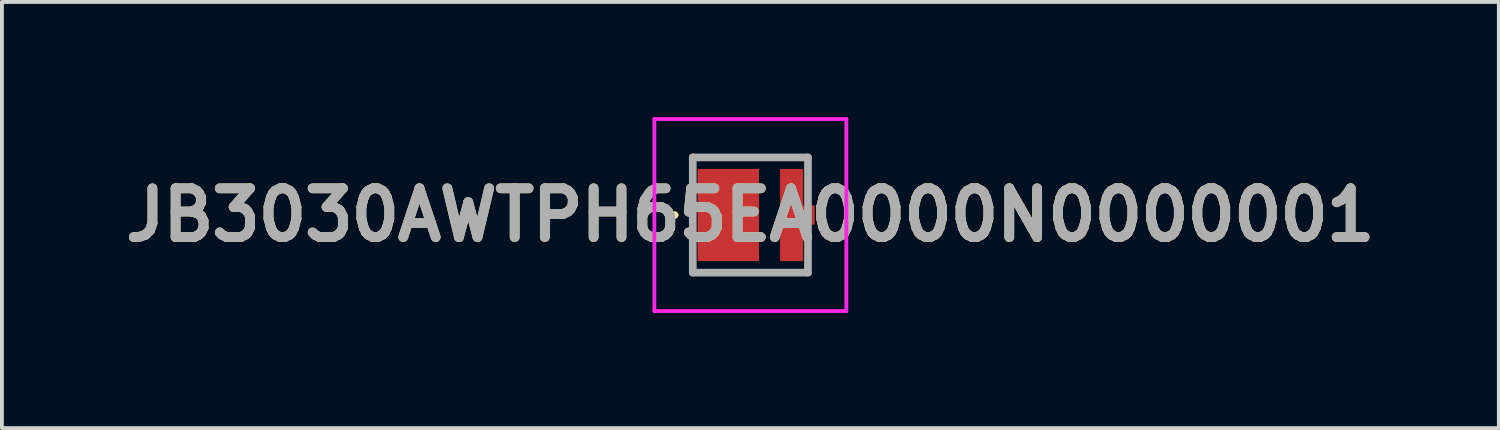
<source format=kicad_pcb>
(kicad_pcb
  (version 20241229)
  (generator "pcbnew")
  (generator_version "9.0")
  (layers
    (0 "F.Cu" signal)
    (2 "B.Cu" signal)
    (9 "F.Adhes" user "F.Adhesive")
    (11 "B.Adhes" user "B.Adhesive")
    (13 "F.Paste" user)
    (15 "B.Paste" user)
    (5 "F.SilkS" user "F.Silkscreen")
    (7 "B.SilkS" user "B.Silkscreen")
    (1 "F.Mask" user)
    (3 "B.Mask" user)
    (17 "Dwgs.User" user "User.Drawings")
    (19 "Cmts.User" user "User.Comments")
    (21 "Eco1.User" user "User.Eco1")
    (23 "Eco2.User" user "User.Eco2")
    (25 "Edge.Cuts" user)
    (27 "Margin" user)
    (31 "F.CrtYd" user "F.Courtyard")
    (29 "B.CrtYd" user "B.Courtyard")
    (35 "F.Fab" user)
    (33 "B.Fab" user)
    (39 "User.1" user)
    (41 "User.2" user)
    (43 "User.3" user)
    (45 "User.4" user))
  (footprint "JB3030AWTPH65EA0000N0000001"
    (layer "F.Cu")
    (at 16.492 2.55)
    (property "Reference" "JB3030AWTPH65EA0000N0000001" (at 0 0 0) (layer "F.SilkS") (effects (font (size 1.27 1.27) (thickness 0.254))))
    (attr smd)
    (fp_line (start -2.025 0) (end -2.025 0) (stroke (width 0.1) (type solid)) (layer "F.SilkS"))
    (fp_line (start -1.925 0) (end -1.925 0) (stroke (width 0.1) (type solid)) (layer "F.SilkS"))
    (fp_line (start -1.5 -1.5) (end 1.5 -1.5) (stroke (width 0.1) (type solid)) (layer "F.SilkS"))
    (fp_line (start -1.5 1.5) (end 1.5 1.5) (stroke (width 0.1) (type solid)) (layer "F.SilkS"))
    (fp_arc (start -2.025 0) (mid -1.975 -0.05) (end -1.925 0) (stroke (width 0.1) (type solid)) (layer "F.SilkS"))
    (fp_arc (start -1.925 0) (mid -1.975 0.05) (end -2.025 0) (stroke (width 0.1) (type solid)) (layer "F.SilkS"))
    (fp_line (start -2.5 -2.5) (end 2.5 -2.5) (stroke (width 0.1) (type solid)) (layer "F.CrtYd"))
    (fp_line (start -2.5 2.5) (end -2.5 -2.5) (stroke (width 0.1) (type solid)) (layer "F.CrtYd"))
    (fp_line (start 2.5 -2.5) (end 2.5 2.5) (stroke (width 0.1) (type solid)) (layer "F.CrtYd"))
    (fp_line (start 2.5 2.5) (end -2.5 2.5) (stroke (width 0.1) (type solid)) (layer "F.CrtYd"))
    (fp_line (start -1.5 -1.5) (end 1.5 -1.5) (stroke (width 0.2) (type solid)) (layer "F.Fab"))
    (fp_line (start -1.5 1.5) (end -1.5 -1.5) (stroke (width 0.2) (type solid)) (layer "F.Fab"))
    (fp_line (start 1.5 -1.5) (end 1.5 1.5) (stroke (width 0.2) (type solid)) (layer "F.Fab"))
    (fp_line (start 1.5 1.5) (end -1.5 1.5) (stroke (width 0.2) (type solid)) (layer "F.Fab"))
    (fp_text user "${REFERENCE}" (at 0 0 0) (layer "F.Fab") (effects (font (size 1.27 1.27) (thickness 0.254))))
    (pad "1" smd rect (at -0.575 0) (size 1.6 2.4) (layers "F.Cu" "F.Mask" "F.Paste"))
    (pad "2" smd rect (at 1.075 0) (size 0.6 2.4) (layers "F.Cu" "F.Mask" "F.Paste"))
    (pad "3" smd rect (at 1.525 0) (size 0.3 0.5) (layers "F.Cu" "F.Mask" "F.Paste")))
  (gr_rect
    (start -3 -3)
    (end 35.984 8.1)
    (stroke (width 0.1) (type default))
    (fill no)
    (layer "Edge.Cuts")))
</source>
